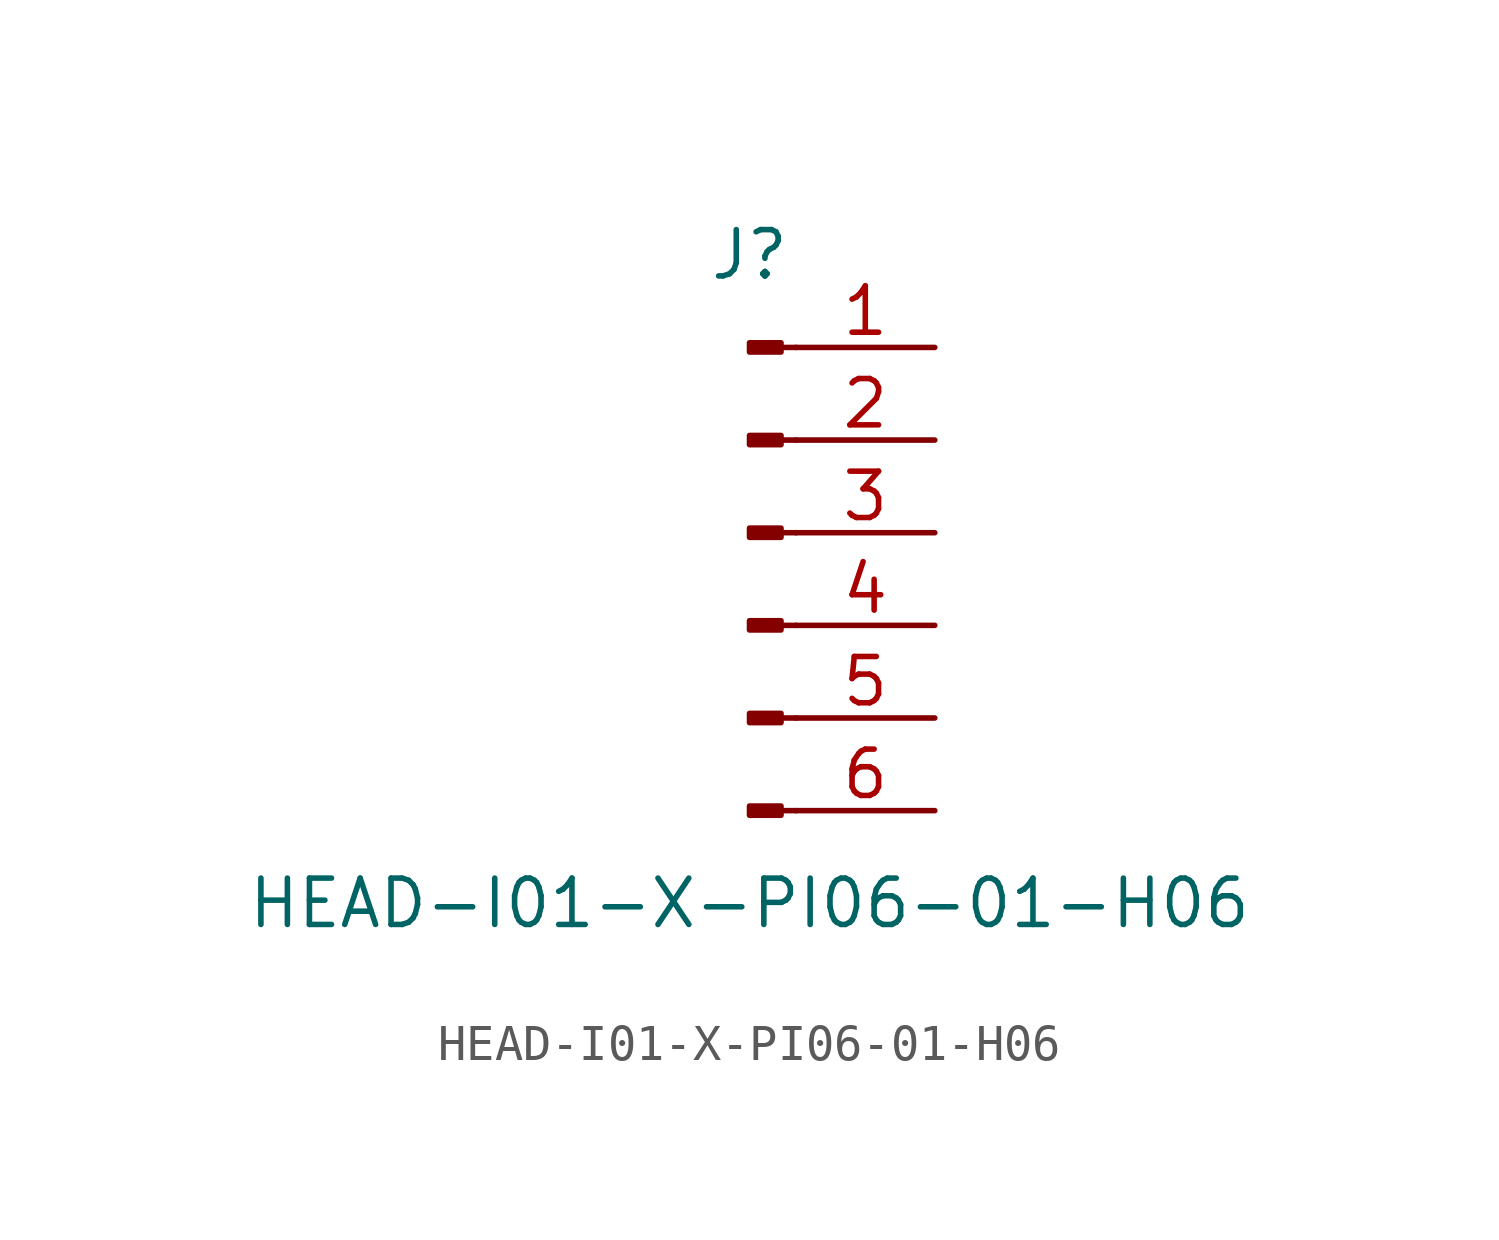
<source format=kicad_sym>
(kicad_symbol_lib
  (version 20211014)
  (generator kicad_symbol_editor)
  (symbol "HEAD-I01-X-PI06-01-H06"
    (pin_names
      (offset 1.016) hide)
    (property "Reference" "J"
      (at 0 7.62 0)
      (effects (font (size 1.27 1.27))))
    (property "Value" "HEAD-I01-X-PI06-01-H06"
      (at 0 -10.16 0)
      (effects (font (size 1.27 1.27))))
    (symbol "HEAD-I01-X-PI06-01-H06_1_1"
      (polyline (pts (xy 1.27 -7.62) (xy 0.864 -7.62)) (stroke (width 0.152) (type default) (color 0 0 0 0)) (fill (type none)))
      (polyline (pts (xy 1.27 -5.08) (xy 0.864 -5.08)) (stroke (width 0.152) (type default) (color 0 0 0 0)) (fill (type none)))
      (polyline (pts (xy 1.27 -2.54) (xy 0.864 -2.54)) (stroke (width 0.152) (type default) (color 0 0 0 0)) (fill (type none)))
      (polyline (pts (xy 1.27 0) (xy 0.864 0)) (stroke (width 0.152) (type default) (color 0 0 0 0)) (fill (type none)))
      (polyline (pts (xy 1.27 2.54) (xy 0.864 2.54)) (stroke (width 0.152) (type default) (color 0 0 0 0)) (fill (type none)))
      (polyline (pts (xy 1.27 5.08) (xy 0.864 5.08)) (stroke (width 0.152) (type default) (color 0 0 0 0)) (fill (type none)))
      (rectangle (start 0.864 -7.493) (end 0 -7.747) (stroke (width 0.152) (type default) (color 0 0 0 0)) (fill (type outline)))
      (rectangle (start 0.864 -4.953) (end 0 -5.207) (stroke (width 0.152) (type default) (color 0 0 0 0)) (fill (type outline)))
      (rectangle (start 0.864 -2.413) (end 0 -2.667) (stroke (width 0.152) (type default) (color 0 0 0 0)) (fill (type outline)))
      (rectangle (start 0.864 0.127) (end 0 -0.127) (stroke (width 0.152) (type default) (color 0 0 0 0)) (fill (type outline)))
      (rectangle (start 0.864 2.667) (end 0 2.413) (stroke (width 0.152) (type default) (color 0 0 0 0)) (fill (type outline)))
      (rectangle (start 0.864 5.207) (end 0 4.953) (stroke (width 0.152) (type default) (color 0 0 0 0)) (fill (type outline)))
      (pin passive line (at 5.08 5.08 180) (length 3.81) (name "Pin_1" (effects (font (size 1.27 1.27)))) (number "1" (effects (font (size 1.27 1.27)))))
      (pin passive line (at 5.08 2.54 180) (length 3.81) (name "Pin_2" (effects (font (size 1.27 1.27)))) (number "2" (effects (font (size 1.27 1.27)))))
      (pin passive line (at 5.08 0 180) (length 3.81) (name "Pin_3" (effects (font (size 1.27 1.27)))) (number "3" (effects (font (size 1.27 1.27)))))
      (pin passive line (at 5.08 -2.54 180) (length 3.81) (name "Pin_4" (effects (font (size 1.27 1.27)))) (number "4" (effects (font (size 1.27 1.27)))))
      (pin passive line (at 5.08 -5.08 180) (length 3.81) (name "Pin_5" (effects (font (size 1.27 1.27)))) (number "5" (effects (font (size 1.27 1.27)))))
      (pin passive line (at 5.08 -7.62 180) (length 3.81) (name "Pin_6" (effects (font (size 1.27 1.27)))) (number "6" (effects (font (size 1.27 1.27))))))))
</source>
